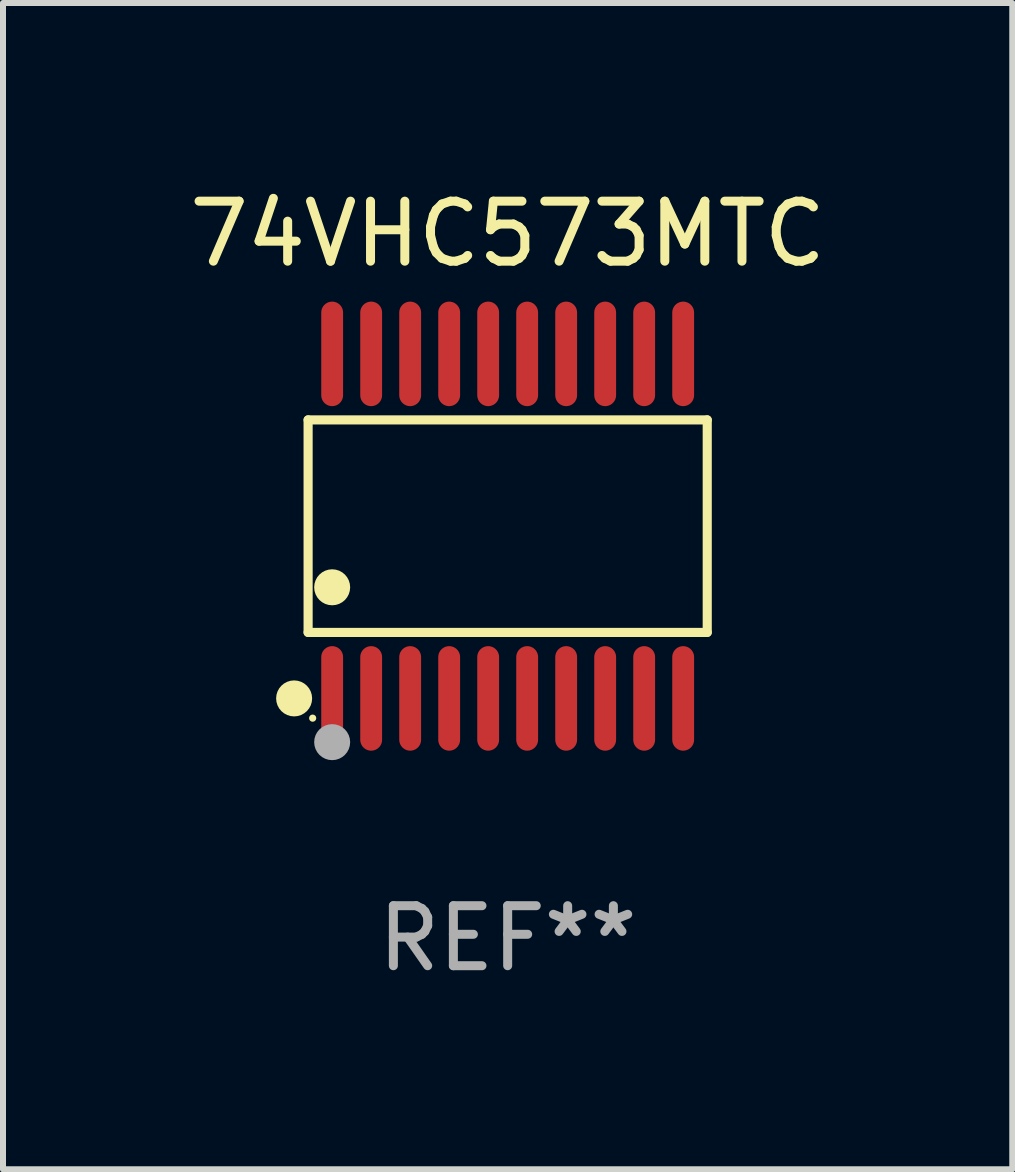
<source format=kicad_pcb>
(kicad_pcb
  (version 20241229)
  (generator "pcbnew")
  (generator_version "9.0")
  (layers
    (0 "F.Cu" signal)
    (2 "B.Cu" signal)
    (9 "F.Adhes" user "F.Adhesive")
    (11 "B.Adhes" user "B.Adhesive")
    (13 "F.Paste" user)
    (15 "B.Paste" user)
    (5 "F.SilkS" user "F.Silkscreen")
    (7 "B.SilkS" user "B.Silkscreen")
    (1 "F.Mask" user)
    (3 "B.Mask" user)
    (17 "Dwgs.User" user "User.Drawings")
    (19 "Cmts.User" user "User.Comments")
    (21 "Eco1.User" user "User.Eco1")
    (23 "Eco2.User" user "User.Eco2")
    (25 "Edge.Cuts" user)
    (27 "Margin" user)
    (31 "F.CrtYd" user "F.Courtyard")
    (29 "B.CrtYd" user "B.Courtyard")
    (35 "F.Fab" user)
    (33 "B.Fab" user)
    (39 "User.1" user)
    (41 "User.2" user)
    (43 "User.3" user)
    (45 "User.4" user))
  (footprint "74VHC573MTC"
    (layer "F.Cu")
    (at 5.411 5.719)
    (property "Reference" "74VHC573MTC" (at 0 -4.871 0) (layer "F.SilkS") (effects (font (size 1 1) (thickness 0.15))))
    (attr through_hole)
    (fp_line (start -3.326 -1.771) (end 3.326 -1.771) (stroke (width 0.152) (type solid)) (layer "F.SilkS"))
    (fp_line (start -3.326 1.771) (end -3.326 -1.771) (stroke (width 0.152) (type solid)) (layer "F.SilkS"))
    (fp_line (start 3.326 -1.771) (end 3.326 1.771) (stroke (width 0.152) (type solid)) (layer "F.SilkS"))
    (fp_line (start 3.326 1.771) (end -3.326 1.771) (stroke (width 0.152) (type solid)) (layer "F.SilkS"))
    (fp_circle (center -3.559 2.871) (end -3.409 2.871) (stroke (width 0.3) (type solid)) (fill no) (layer "F.SilkS"))
    (fp_circle (center -3.25 3.2) (end -3.22 3.2) (stroke (width 0.06) (type solid)) (fill no) (layer "F.SilkS"))
    (fp_circle (center -2.925 1.019) (end -2.775 1.019) (stroke (width 0.3) (type solid)) (fill no) (layer "F.SilkS"))
    (fp_circle (center -2.925 3.6) (end -2.775 3.6) (stroke (width 0.3) (type solid)) (fill no) (layer "F.Fab"))
    (fp_text user "REF**" (at 0 6.871 0) (layer "F.Fab") (effects (font (size 1 1) (thickness 0.15))))
    (pad "1" smd oval (at -2.925 2.871) (size 0.364 1.742) (layers "F.Cu" "F.Mask" "F.Paste"))
    (pad "2" smd oval (at -2.275 2.871) (size 0.364 1.742) (layers "F.Cu" "F.Mask" "F.Paste"))
    (pad "3" smd oval (at -1.625 2.871) (size 0.364 1.742) (layers "F.Cu" "F.Mask" "F.Paste"))
    (pad "4" smd oval (at -0.975 2.871) (size 0.364 1.742) (layers "F.Cu" "F.Mask" "F.Paste"))
    (pad "5" smd oval (at -0.325 2.871) (size 0.364 1.742) (layers "F.Cu" "F.Mask" "F.Paste"))
    (pad "6" smd oval (at 0.325 2.871) (size 0.364 1.742) (layers "F.Cu" "F.Mask" "F.Paste"))
    (pad "7" smd oval (at 0.975 2.871) (size 0.364 1.742) (layers "F.Cu" "F.Mask" "F.Paste"))
    (pad "8" smd oval (at 1.625 2.871) (size 0.364 1.742) (layers "F.Cu" "F.Mask" "F.Paste"))
    (pad "9" smd oval (at 2.275 2.871) (size 0.364 1.742) (layers "F.Cu" "F.Mask" "F.Paste"))
    (pad "10" smd oval (at 2.925 2.871) (size 0.364 1.742) (layers "F.Cu" "F.Mask" "F.Paste"))
    (pad "11" smd oval (at 2.925 -2.871) (size 0.364 1.742) (layers "F.Cu" "F.Mask" "F.Paste"))
    (pad "12" smd oval (at 2.275 -2.871) (size 0.364 1.742) (layers "F.Cu" "F.Mask" "F.Paste"))
    (pad "13" smd oval (at 1.625 -2.871) (size 0.364 1.742) (layers "F.Cu" "F.Mask" "F.Paste"))
    (pad "14" smd oval (at 0.975 -2.871) (size 0.364 1.742) (layers "F.Cu" "F.Mask" "F.Paste"))
    (pad "15" smd oval (at 0.325 -2.871) (size 0.364 1.742) (layers "F.Cu" "F.Mask" "F.Paste"))
    (pad "16" smd oval (at -0.325 -2.871) (size 0.364 1.742) (layers "F.Cu" "F.Mask" "F.Paste"))
    (pad "17" smd oval (at -0.975 -2.871) (size 0.364 1.742) (layers "F.Cu" "F.Mask" "F.Paste"))
    (pad "18" smd oval (at -1.625 -2.871) (size 0.364 1.742) (layers "F.Cu" "F.Mask" "F.Paste"))
    (pad "19" smd oval (at -2.275 -2.871) (size 0.364 1.742) (layers "F.Cu" "F.Mask" "F.Paste"))
    (pad "20" smd oval (at -2.925 -2.871) (size 0.364 1.742) (layers "F.Cu" "F.Mask" "F.Paste")))
  (gr_rect
    (start -3 -3)
    (end 13.821 16.438)
    (stroke (width 0.1) (type default))
    (fill no)
    (layer "Edge.Cuts")))
</source>
